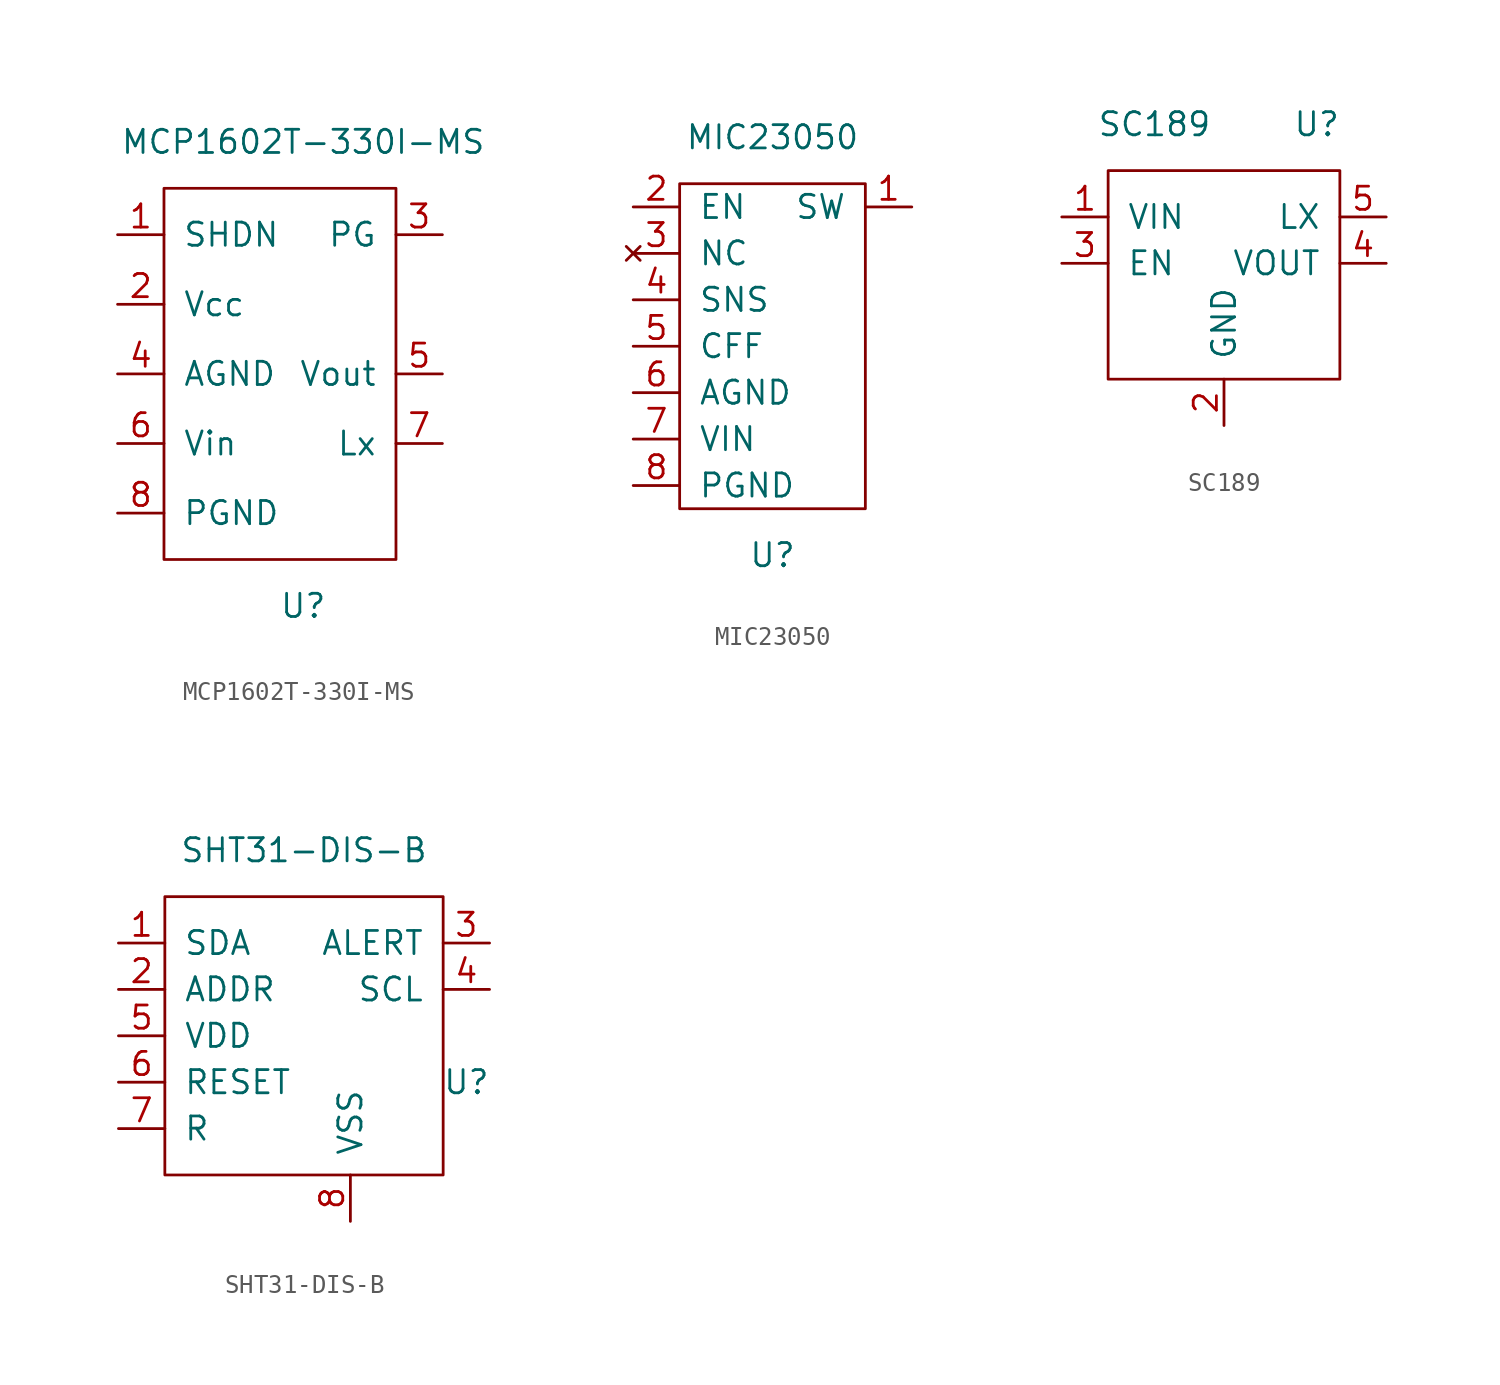
<source format=kicad_sym>
(kicad_symbol_lib
  (version 20211014)
  (generator kicad_symbol_editor)
  (symbol "MCP1602T-330I-MS"
    (pin_names
      (offset 1.016))
    (property "Reference" "U"
      (at 0 -12.7 0)
      (effects (font (size 1.27 1.27))))
    (property "Value" "MCP1602T-330I-MS"
      (at 0 12.7 0)
      (effects (font (size 1.27 1.27))))
    (symbol "MCP1602T-330I-MS_0_1"
      (rectangle (start -7.62 10.16) (end 5.08 -10.16) (stroke (width 0) (type default) (color 0 0 0 0)) (fill (type none))))
    (symbol "MCP1602T-330I-MS_1_1"
      (pin input line (at -10.16 7.62 0) (length 2.54) (name "SHDN" (effects (font (size 1.27 1.27)))) (number "1" (effects (font (size 1.27 1.27)))))
      (pin power_in line (at -10.16 3.81 0) (length 2.54) (name "Vcc" (effects (font (size 1.27 1.27)))) (number "2" (effects (font (size 1.27 1.27)))))
      (pin output line (at 7.62 7.62 180) (length 2.54) (name "PG" (effects (font (size 1.27 1.27)))) (number "3" (effects (font (size 1.27 1.27)))))
      (pin input line (at -10.16 0 0) (length 2.54) (name "AGND" (effects (font (size 1.27 1.27)))) (number "4" (effects (font (size 1.27 1.27)))))
      (pin output line (at 7.62 0 180) (length 2.54) (name "Vout" (effects (font (size 1.27 1.27)))) (number "5" (effects (font (size 1.27 1.27)))))
      (pin input line (at -10.16 -3.81 0) (length 2.54) (name "Vin" (effects (font (size 1.27 1.27)))) (number "6" (effects (font (size 1.27 1.27)))))
      (pin output line (at 7.62 -3.81 180) (length 2.54) (name "Lx" (effects (font (size 1.27 1.27)))) (number "7" (effects (font (size 1.27 1.27)))))
      (pin input line (at -10.16 -7.62 0) (length 2.54) (name "PGND" (effects (font (size 1.27 1.27)))) (number "8" (effects (font (size 1.27 1.27)))))))
  (symbol "MIC23050"
    (pin_names
      (offset 1.016))
    (property "Reference" "U"
      (at 0 -17.78 0)
      (effects (font (size 1.27 1.27))))
    (property "Value" "MIC23050"
      (at 0 5.08 0)
      (effects (font (size 1.27 1.27))))
    (symbol "MIC23050_0_1"
      (rectangle (start -5.08 2.54) (end 5.08 -15.24) (stroke (width 0) (type default) (color 0 0 0 0)) (fill (type none))))
    (symbol "MIC23050_1_1"
      (pin output line (at 7.62 1.27 180) (length 2.54) (name "SW" (effects (font (size 1.27 1.27)))) (number "1" (effects (font (size 1.27 1.27)))))
      (pin input line (at -7.62 1.27 0) (length 2.54) (name "EN" (effects (font (size 1.27 1.27)))) (number "2" (effects (font (size 1.27 1.27)))))
      (pin no_connect line (at -7.62 -1.27 0) (length 2.54) (name "NC" (effects (font (size 1.27 1.27)))) (number "3" (effects (font (size 1.27 1.27)))))
      (pin input line (at -7.62 -3.81 0) (length 2.54) (name "SNS" (effects (font (size 1.27 1.27)))) (number "4" (effects (font (size 1.27 1.27)))))
      (pin input line (at -7.62 -6.35 0) (length 2.54) (name "CFF" (effects (font (size 1.27 1.27)))) (number "5" (effects (font (size 1.27 1.27)))))
      (pin input line (at -7.62 -8.89 0) (length 2.54) (name "AGND" (effects (font (size 1.27 1.27)))) (number "6" (effects (font (size 1.27 1.27)))))
      (pin input line (at -7.62 -11.43 0) (length 2.54) (name "VIN" (effects (font (size 1.27 1.27)))) (number "7" (effects (font (size 1.27 1.27)))))
      (pin input line (at -7.62 -13.97 0) (length 2.54) (name "PGND" (effects (font (size 1.27 1.27)))) (number "8" (effects (font (size 1.27 1.27)))))))
  (symbol "SC189"
    (pin_names
      (offset 1.016))
    (property "Reference" "U"
      (at 5.08 7.62 0)
      (effects (font (size 1.27 1.27))))
    (property "Value" "SC189"
      (at -3.81 7.62 0)
      (effects (font (size 1.27 1.27))))
    (symbol "SC189_0_1"
      (rectangle (start -6.35 5.08) (end 6.35 -6.35) (stroke (width 0) (type default) (color 0 0 0 0)) (fill (type none))))
    (symbol "SC189_1_1"
      (pin input line (at -8.89 2.54 0) (length 2.54) (name "VIN" (effects (font (size 1.27 1.27)))) (number "1" (effects (font (size 1.27 1.27)))))
      (pin input line (at 0 -8.89 90) (length 2.54) (name "GND" (effects (font (size 1.27 1.27)))) (number "2" (effects (font (size 1.27 1.27)))))
      (pin input line (at -8.89 0 0) (length 2.54) (name "EN" (effects (font (size 1.27 1.27)))) (number "3" (effects (font (size 1.27 1.27)))))
      (pin output line (at 8.89 0 180) (length 2.54) (name "VOUT" (effects (font (size 1.27 1.27)))) (number "4" (effects (font (size 1.27 1.27)))))
      (pin output line (at 8.89 2.54 180) (length 2.54) (name "LX" (effects (font (size 1.27 1.27)))) (number "5" (effects (font (size 1.27 1.27)))))))
  (symbol "SHT31-DIS-B"
    (pin_names
      (offset 1.016))
    (property "Reference" "U"
      (at 8.89 -2.54 0)
      (effects (font (size 1.27 1.27))))
    (property "Value" "SHT31-DIS-B"
      (at 0 10.16 0)
      (effects (font (size 1.27 1.27))))
    (symbol "SHT31-DIS-B_0_1"
      (rectangle (start -7.62 7.62) (end 7.62 -7.62) (stroke (width 0) (type default) (color 0 0 0 0)) (fill (type none))))
    (symbol "SHT31-DIS-B_1_1"
      (pin input line (at -10.16 5.08 0) (length 2.54) (name "SDA" (effects (font (size 1.27 1.27)))) (number "1" (effects (font (size 1.27 1.27)))))
      (pin input line (at -10.16 2.54 0) (length 2.54) (name "ADDR" (effects (font (size 1.27 1.27)))) (number "2" (effects (font (size 1.27 1.27)))))
      (pin output line (at 10.16 5.08 180) (length 2.54) (name "ALERT" (effects (font (size 1.27 1.27)))) (number "3" (effects (font (size 1.27 1.27)))))
      (pin bidirectional line (at 10.16 2.54 180) (length 2.54) (name "SCL" (effects (font (size 1.27 1.27)))) (number "4" (effects (font (size 1.27 1.27)))))
      (pin power_in line (at -10.16 0 0) (length 2.54) (name "VDD" (effects (font (size 1.27 1.27)))) (number "5" (effects (font (size 1.27 1.27)))))
      (pin input line (at -10.16 -2.54 0) (length 2.54) (name "RESET" (effects (font (size 1.27 1.27)))) (number "6" (effects (font (size 1.27 1.27)))))
      (pin input line (at -10.16 -5.08 0) (length 2.54) (name "R" (effects (font (size 1.27 1.27)))) (number "7" (effects (font (size 1.27 1.27)))))
      (pin input line (at 2.54 -10.16 90) (length 2.54) (name "VSS" (effects (font (size 1.27 1.27)))) (number "8" (effects (font (size 1.27 1.27))))))))
</source>
